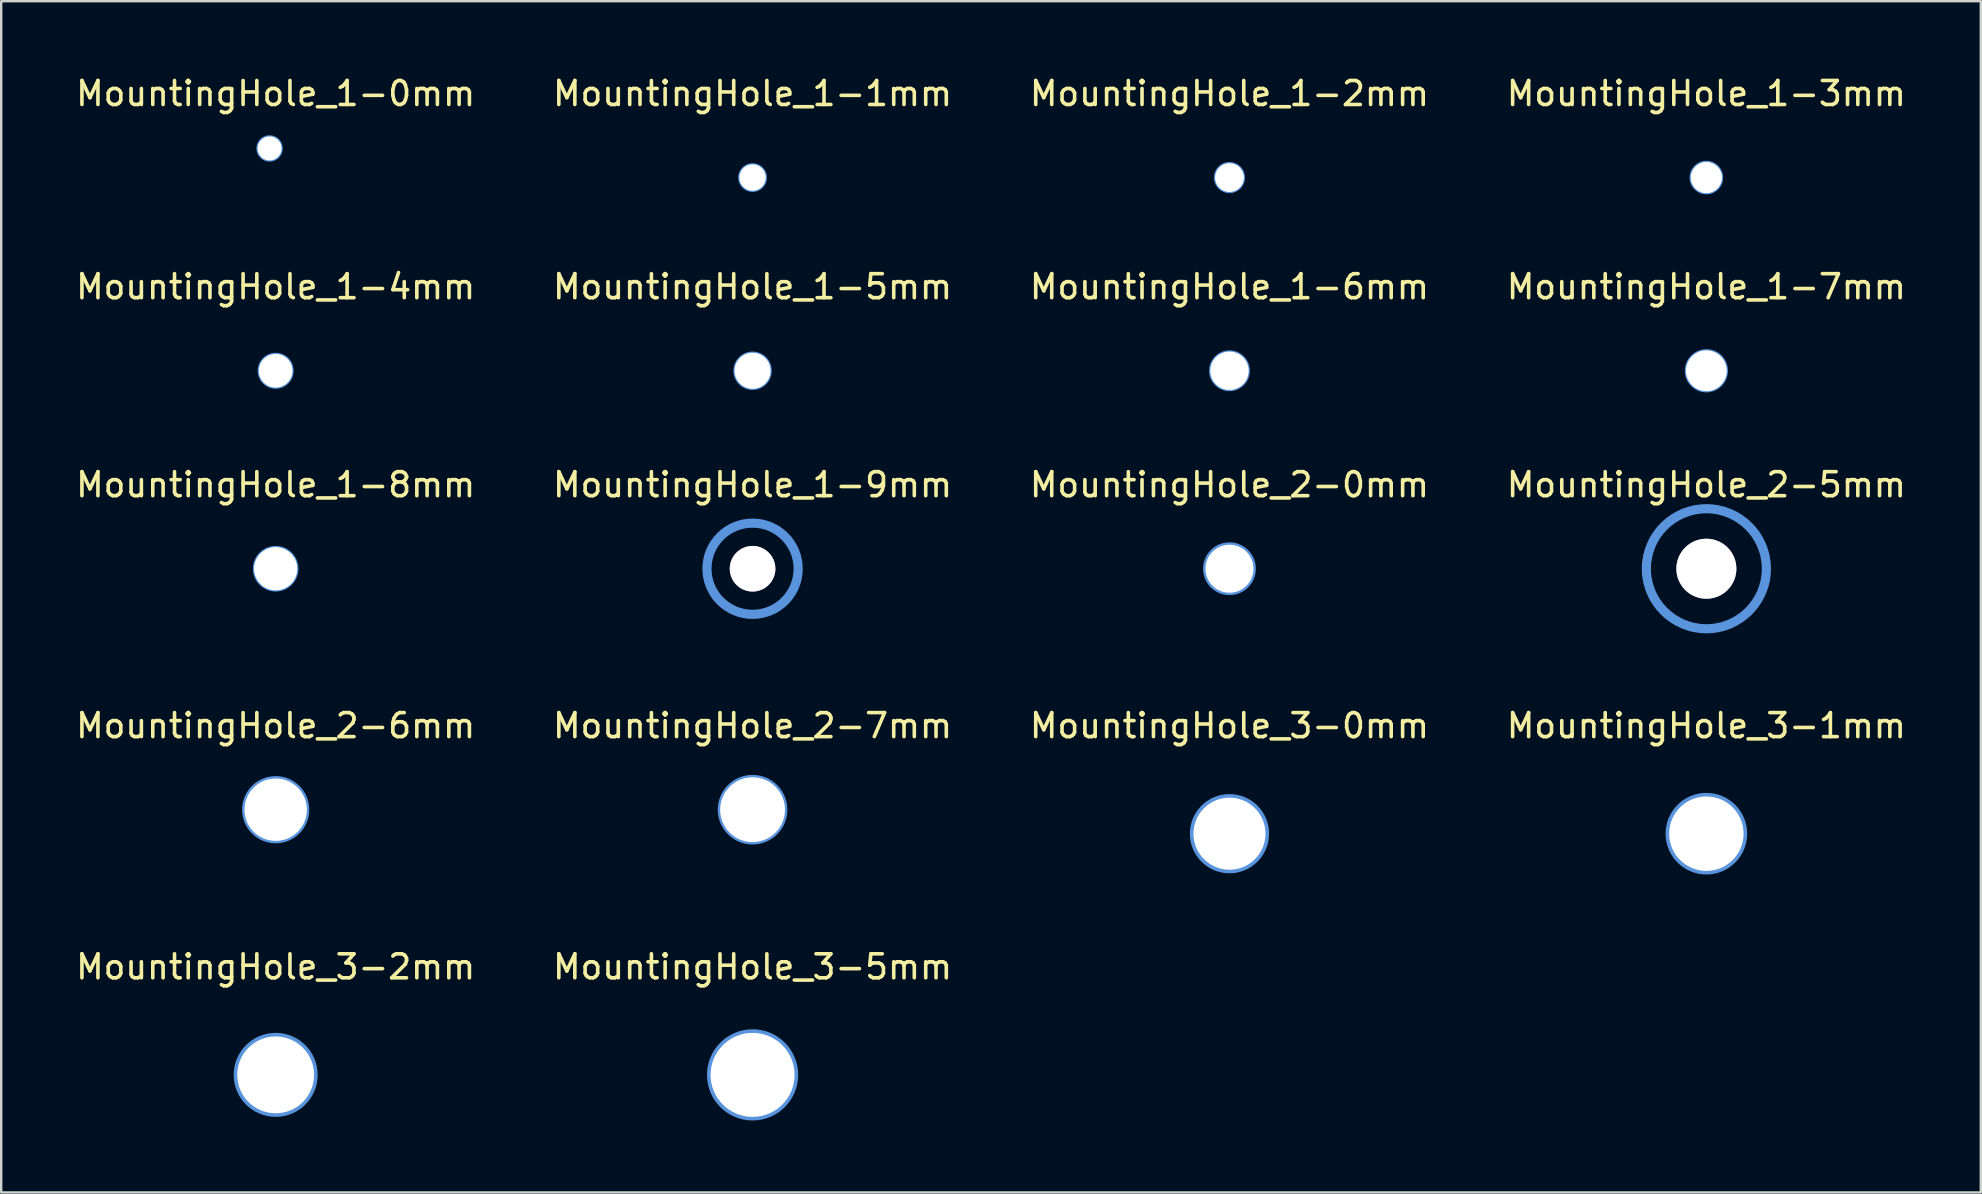
<source format=kicad_pcb>
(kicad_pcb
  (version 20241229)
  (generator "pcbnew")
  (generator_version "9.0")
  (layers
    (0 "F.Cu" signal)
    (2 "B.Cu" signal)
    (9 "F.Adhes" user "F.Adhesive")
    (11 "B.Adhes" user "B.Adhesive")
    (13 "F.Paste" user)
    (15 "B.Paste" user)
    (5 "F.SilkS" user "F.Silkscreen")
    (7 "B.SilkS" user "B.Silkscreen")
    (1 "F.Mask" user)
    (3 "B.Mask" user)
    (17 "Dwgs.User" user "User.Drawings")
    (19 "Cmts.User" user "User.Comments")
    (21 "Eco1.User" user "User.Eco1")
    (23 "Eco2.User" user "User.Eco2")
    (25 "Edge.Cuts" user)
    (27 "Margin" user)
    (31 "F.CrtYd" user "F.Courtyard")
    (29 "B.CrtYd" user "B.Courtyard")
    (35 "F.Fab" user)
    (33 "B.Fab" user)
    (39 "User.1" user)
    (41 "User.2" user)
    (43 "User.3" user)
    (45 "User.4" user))
  (footprint "MountingHole_3-0mm"
    (layer "F.Cu")
    (at 48.173 31.684)
    (property "Reference" "MountingHole_3-0mm" (at 0 -4.5 0) (layer "F.SilkS") (effects (font (size 1 1) (thickness 0.15))))
    (attr through_hole)
    (fp_circle (center 0 0) (end 1.5 0) (stroke (width 0.3) (type solid)) (fill no) (layer "Cmts.User"))
    (pad "1" thru_hole circle (at 0 0) (size 3 3) (drill 3) (layers "F.Cu")))
  (footprint "MountingHole_3-5mm"
    (layer "F.Cu")
    (at 28.304 41.732)
    (property "Reference" "MountingHole_3-5mm" (at 0 -4.5 0) (layer "F.SilkS") (effects (font (size 1 1) (thickness 0.15))))
    (attr through_hole)
    (fp_circle (center 0 0) (end 1.75 0) (stroke (width 0.3) (type solid)) (fill no) (layer "Cmts.User"))
    (pad "1" thru_hole circle (at 0 0) (size 3.5 3.5) (drill 3.5) (layers "F.Cu")))
  (footprint "MountingHole_1-6mm"
    (layer "F.Cu")
    (at 48.173 12.397)
    (property "Reference" "MountingHole_1-6mm" (at 0 -3.5 0) (layer "F.SilkS") (effects (font (size 1 1) (thickness 0.15))))
    (attr through_hole)
    (fp_circle (center 0 0) (end 0.8 0) (stroke (width 0.1) (type solid)) (fill no) (layer "Cmts.User"))
    (pad "1" thru_hole circle (at 0 0) (size 1.6 1.6) (drill 1.6) (layers "F.Cu")))
  (footprint "MountingHole_1-2mm"
    (layer "F.Cu")
    (at 48.173 4.348)
    (property "Reference" "MountingHole_1-2mm" (at 0 -3.5 0) (layer "F.SilkS") (effects (font (size 1 1) (thickness 0.15))))
    (attr through_hole)
    (fp_circle (center 0 0) (end 0.6 0) (stroke (width 0.1) (type solid)) (fill no) (layer "Cmts.User"))
    (pad "1" thru_hole circle (at 0 0) (size 1.2 1.2) (drill 1.2) (layers "F.Cu")))
  (footprint "MountingHole_1-3mm"
    (layer "F.Cu")
    (at 68.042 4.348)
    (property "Reference" "MountingHole_1-3mm" (at 0 -3.5 0) (layer "F.SilkS") (effects (font (size 1 1) (thickness 0.15))))
    (attr through_hole)
    (fp_circle (center 0 0) (end 0.65 0) (stroke (width 0.1) (type solid)) (fill no) (layer "Cmts.User"))
    (pad "1" thru_hole circle (at 0 0) (size 1.3 1.3) (drill 1.3) (layers "F.Cu")))
  (footprint "MountingHole_1-8mm"
    (layer "F.Cu")
    (at 8.435 20.645)
    (property "Reference" "MountingHole_1-8mm" (at 0 -3.5 0) (layer "F.SilkS") (effects (font (size 1 1) (thickness 0.15))))
    (attr through_hole)
    (fp_circle (center 0 0) (end 0.9 0) (stroke (width 0.1) (type solid)) (fill no) (layer "Cmts.User"))
    (pad "1" thru_hole circle (at 0 0) (size 1.8 1.8) (drill 1.8) (layers "F.Cu")))
  (footprint "MountingHole_1-5mm"
    (layer "F.Cu")
    (at 28.304 12.397)
    (property "Reference" "MountingHole_1-5mm" (at 0 -3.5 0) (layer "F.SilkS") (effects (font (size 1 1) (thickness 0.15))))
    (attr through_hole)
    (fp_circle (center 0 0) (end 0.75 0) (stroke (width 0.1) (type solid)) (fill no) (layer "Cmts.User"))
    (pad "1" thru_hole circle (at 0 0) (size 1.5 1.5) (drill 1.5) (layers "F.Cu")))
  (footprint "MountingHole_2-5mm"
    (layer "F.Cu")
    (at 68.042 20.645)
    (property "Reference" "MountingHole_2-5mm" (at 0 -3.5 0) (layer "F.SilkS") (effects (font (size 1 1) (thickness 0.15))))
    (attr through_hole)
    (fp_circle (center 0 0) (end 2.5 0) (stroke (width 0.381) (type solid)) (fill no) (layer "Cmts.User"))
    (pad "" thru_hole circle (at 0 0) (size 2.5 2.5) (drill 2.5) (layers)))
  (footprint "MountingHole_3-1mm"
    (layer "F.Cu")
    (at 68.042 31.684)
    (property "Reference" "MountingHole_3-1mm" (at 0 -4.5 0) (layer "F.SilkS") (effects (font (size 1 1) (thickness 0.15))))
    (attr through_hole)
    (fp_circle (center 0 0) (end 1.55 0) (stroke (width 0.3) (type solid)) (fill no) (layer "Cmts.User"))
    (pad "1" thru_hole circle (at 0 0) (size 3.1 3.1) (drill 3.1) (layers "F.Cu")))
  (footprint "MountingHole_1-1mm"
    (layer "F.Cu")
    (at 28.304 4.348)
    (property "Reference" "MountingHole_1-1mm" (at 0 -3.5 0) (layer "F.SilkS") (effects (font (size 1 1) (thickness 0.15))))
    (attr through_hole)
    (fp_circle (center 0 0) (end 0.55 0) (stroke (width 0.1) (type solid)) (fill no) (layer "Cmts.User"))
    (pad "1" thru_hole circle (at 0 0) (size 1.1 1.1) (drill 1.1) (layers "F.Cu")))
  (footprint "MountingHole_2-0mm"
    (layer "F.Cu")
    (at 48.173 20.645)
    (property "Reference" "MountingHole_2-0mm" (at 0 -3.5 0) (layer "F.SilkS") (effects (font (size 1 1) (thickness 0.15))))
    (attr through_hole)
    (fp_circle (center 0 0) (end 1 0) (stroke (width 0.2) (type solid)) (fill no) (layer "Cmts.User"))
    (pad "1" thru_hole circle (at 0 0) (size 2 2) (drill 2) (layers "F.Cu")))
  (footprint "MountingHole_2-6mm"
    (layer "F.Cu")
    (at 8.435 30.684)
    (property "Reference" "MountingHole_2-6mm" (at 0 -3.5 0) (layer "F.SilkS") (effects (font (size 1 1) (thickness 0.15))))
    (attr through_hole)
    (fp_circle (center 0 0) (end 1.3 0) (stroke (width 0.2) (type solid)) (fill no) (layer "Cmts.User"))
    (pad "1" thru_hole circle (at 0 0) (size 2.6 2.6) (drill 2.6) (layers "F.Cu")))
  (footprint "MountingHole_1-4mm"
    (layer "F.Cu")
    (at 8.435 12.397)
    (property "Reference" "MountingHole_1-4mm" (at 0 -3.5 0) (layer "F.SilkS") (effects (font (size 1 1) (thickness 0.15))))
    (attr through_hole)
    (fp_circle (center 0 0) (end 0.7 0) (stroke (width 0.1) (type solid)) (fill no) (layer "Cmts.User"))
    (pad "1" thru_hole circle (at 0 0) (size 1.4 1.4) (drill 1.4) (layers "F.Cu")))
  (footprint "MountingHole_1-9mm"
    (layer "F.Cu")
    (at 28.304 20.645)
    (property "Reference" "MountingHole_1-9mm" (at 0 -3.5 0) (layer "F.SilkS") (effects (font (size 1 1) (thickness 0.15))))
    (attr through_hole)
    (fp_circle (center 0 0) (end 1.9 0) (stroke (width 0.381) (type solid)) (fill no) (layer "Cmts.User"))
    (pad "1" thru_hole circle (at 0 0) (size 1.9 1.9) (drill 1.9) (layers "F.Cu")))
  (footprint "MountingHole_1-7mm"
    (layer "F.Cu")
    (at 68.042 12.397)
    (property "Reference" "MountingHole_1-7mm" (at 0 -3.5 0) (layer "F.SilkS") (effects (font (size 1 1) (thickness 0.15))))
    (attr through_hole)
    (fp_circle (center 0 0) (end 0.85 0) (stroke (width 0.1) (type solid)) (fill no) (layer "Cmts.User"))
    (pad "1" thru_hole circle (at 0 0) (size 1.7 1.7) (drill 1.7) (layers "F.Cu")))
  (footprint "MountingHole_1-0mm"
    (layer "F.Cu")
    (at 8.181 3.134)
    (property "Reference" "MountingHole_1-0mm" (at 0.254 -2.286 0) (layer "F.SilkS") (effects (font (size 1 1) (thickness 0.15))))
    (attr through_hole)
    (fp_circle (center 0 0) (end 0.5 0) (stroke (width 0.1) (type solid)) (fill no) (layer "Cmts.User"))
    (pad "1" thru_hole circle (at 0 0) (size 1 1) (drill 1) (layers "F.Cu")))
  (footprint "MountingHole_3-2mm"
    (layer "F.Cu")
    (at 8.435 41.732)
    (property "Reference" "MountingHole_3-2mm" (at 0 -4.5 0) (layer "F.SilkS") (effects (font (size 1 1) (thickness 0.15))))
    (attr through_hole)
    (fp_circle (center 0 0) (end 1.6 0) (stroke (width 0.3) (type solid)) (fill no) (layer "Cmts.User"))
    (pad "1" thru_hole circle (at 0 0) (size 3.2 3.2) (drill 3.2) (layers "F.Cu")))
  (footprint "MountingHole_2-7mm"
    (layer "F.Cu")
    (at 28.304 30.684)
    (property "Reference" "MountingHole_2-7mm" (at 0 -3.5 0) (layer "F.SilkS") (effects (font (size 1 1) (thickness 0.15))))
    (attr through_hole)
    (fp_circle (center 0 0) (end 1.35 0) (stroke (width 0.2) (type solid)) (fill no) (layer "Cmts.User"))
    (pad "1" thru_hole circle (at 0 0) (size 2.7 2.7) (drill 2.7) (layers "F.Cu")))
  (gr_rect
    (start -3 -3)
    (end 79.476 46.632)
    (stroke (width 0.1) (type default))
    (fill no)
    (layer "Edge.Cuts")))
</source>
